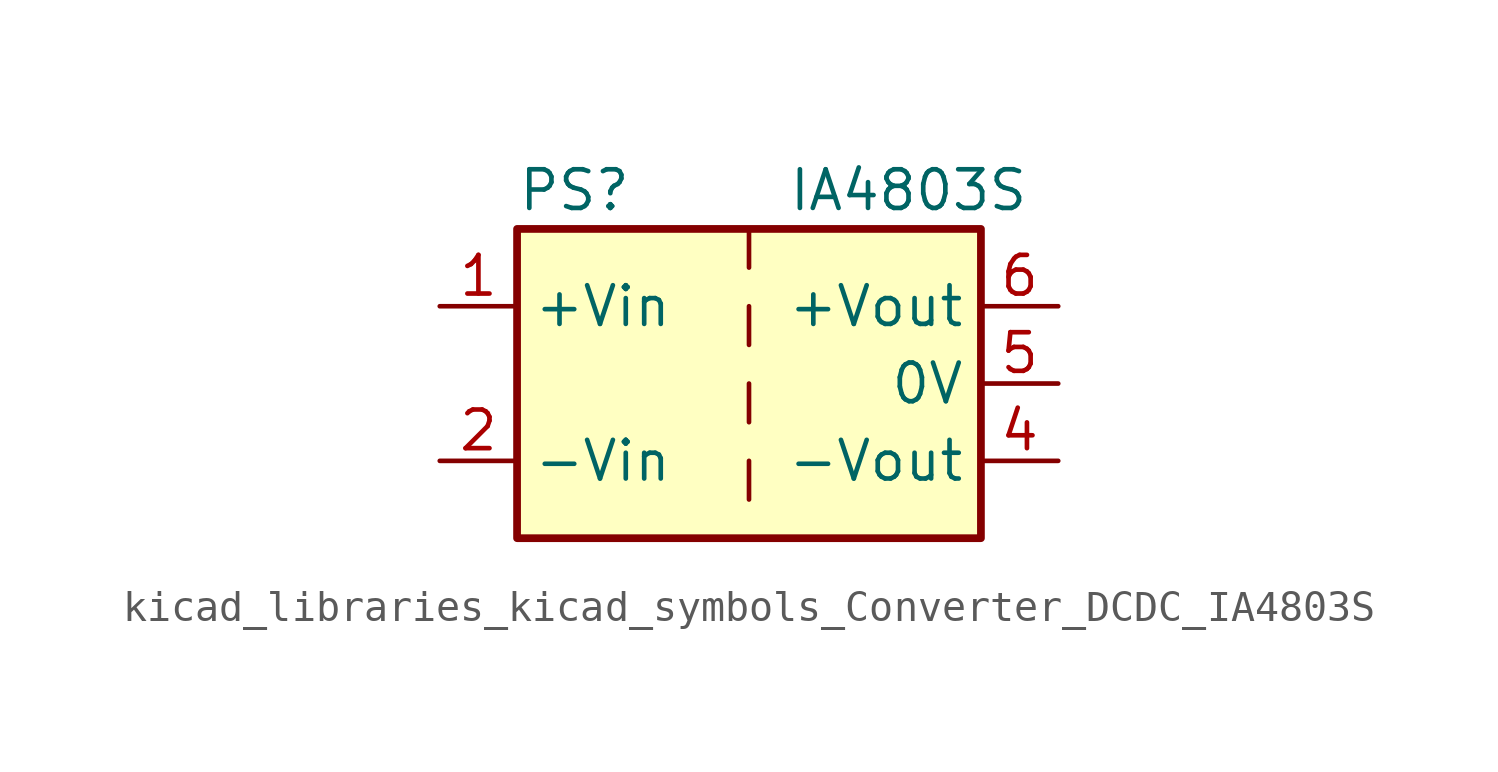
<source format=kicad_sym>
(kicad_symbol_lib
  (version 20220914)
  (generator kicad_symbol_editor)
  (symbol "kicad_libraries_kicad_symbols_Converter_DCDC_IA4803S"
    (property "Reference" "PS"
      (at -7.62 6.35 0)
      (effects (font (size 1.27 1.27)) (justify left)))
    (property "Value" "IA4803S"
      (at 1.27 6.35 0)
      (effects (font (size 1.27 1.27)) (justify left)))
    (symbol "kicad_libraries_kicad_symbols_Converter_DCDC_IA4803S_0_0"
      (pin power_in line (at -10.16 2.54 0) (length 2.54) (name "+Vin" (effects (font (size 1.27 1.27)))) (number "1" (effects (font (size 1.27 1.27)))))
      (pin power_in line (at -10.16 -2.54 0) (length 2.54) (name "-Vin" (effects (font (size 1.27 1.27)))) (number "2" (effects (font (size 1.27 1.27)))))
      (pin power_out line (at 10.16 -2.54 180) (length 2.54) (name "-Vout" (effects (font (size 1.27 1.27)))) (number "4" (effects (font (size 1.27 1.27)))))
      (pin power_out line (at 10.16 0 180) (length 2.54) (name "0V" (effects (font (size 1.27 1.27)))) (number "5" (effects (font (size 1.27 1.27)))))
      (pin power_out line (at 10.16 2.54 180) (length 2.54) (name "+Vout" (effects (font (size 1.27 1.27)))) (number "6" (effects (font (size 1.27 1.27))))))
    (symbol "kicad_libraries_kicad_symbols_Converter_DCDC_IA4803S_0_1"
      (rectangle (start -7.62 5.08) (end 7.62 -5.08) (stroke (width 0.254) (type default)) (fill (type background)))
      (polyline (pts (xy 0 -2.54) (xy 0 -3.81)) (stroke (width 0) (type default)) (fill (type none)))
      (polyline (pts (xy 0 0) (xy 0 -1.27)) (stroke (width 0) (type default)) (fill (type none)))
      (polyline (pts (xy 0 2.54) (xy 0 1.27)) (stroke (width 0) (type default)) (fill (type none)))
      (polyline (pts (xy 0 5.08) (xy 0 3.81)) (stroke (width 0) (type default)) (fill (type none))))))
</source>
